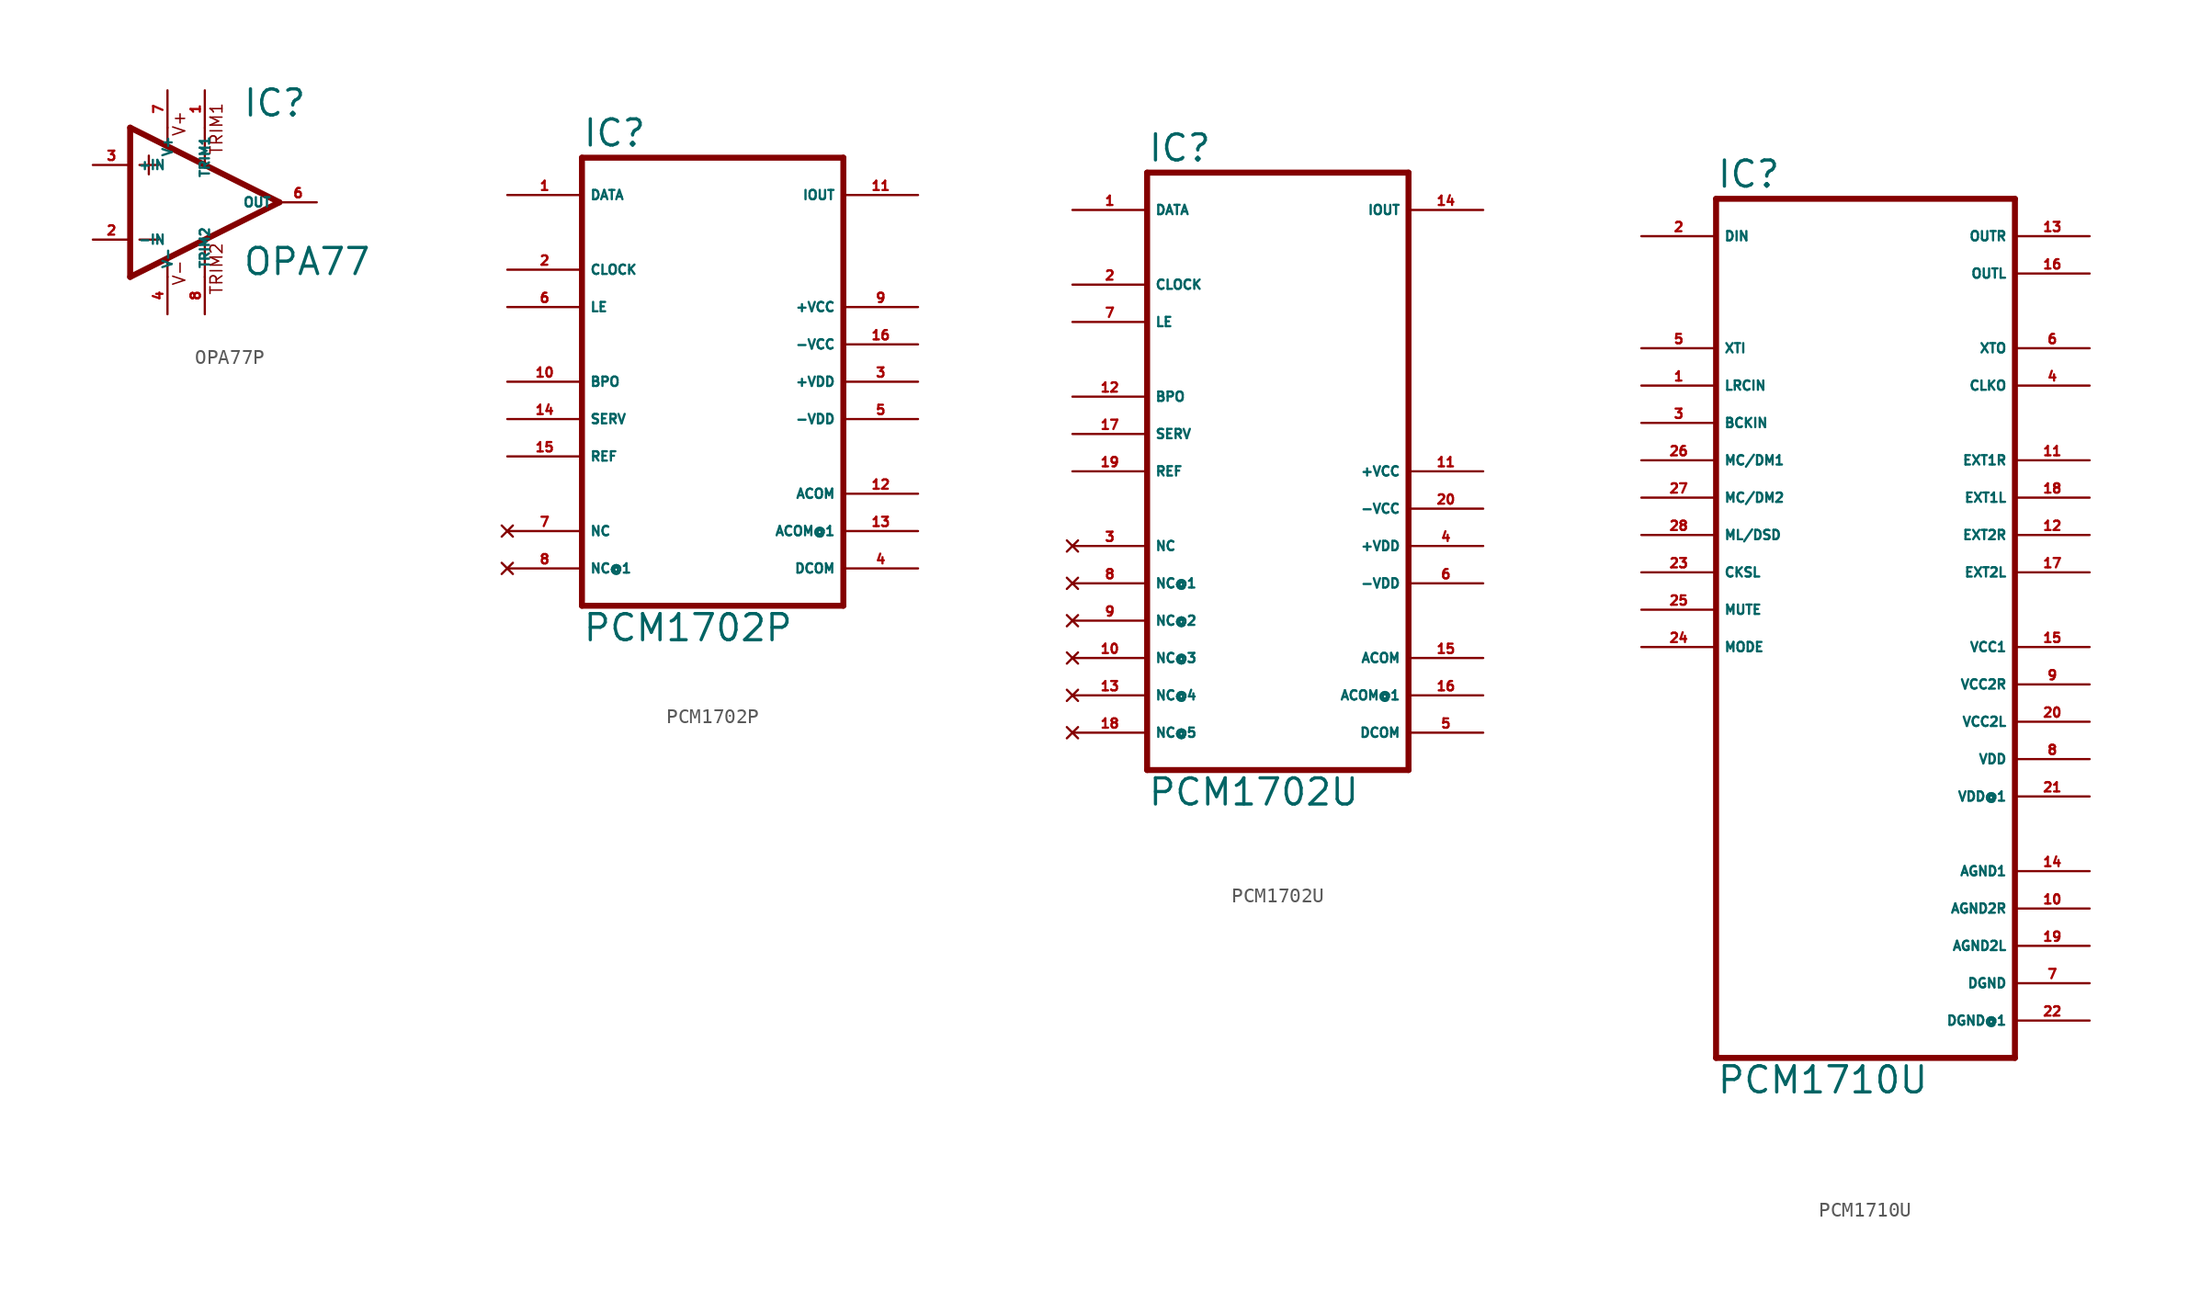
<source format=kicad_sym>
(kicad_symbol_lib
  (version 20220914)
  (generator Eagle2Kicad)
  (symbol "OPA77P"
    (property "Reference" "IC"
      (at 2.54 5.715 0)
      (effects (font (size 1.778 1.778) (thickness 0.22)) (justify left bottom)))
    (property "Value" "OPA77"
      (at 2.54 -5.08 0)
      (effects (font (size 1.778 1.778) (thickness 0.22)) (justify left bottom)))
    (polyline
      (pts (xy -3.81 3.175) (xy -3.81 1.905))
      (stroke (width 0.152) (type default))
      (fill (type none)))
    (polyline
      (pts (xy -4.445 2.54) (xy -3.175 2.54))
      (stroke (width 0.152) (type default))
      (fill (type none)))
    (polyline
      (pts (xy -4.445 -2.54) (xy -3.175 -2.54))
      (stroke (width 0.152) (type default))
      (fill (type none)))
    (polyline
      (pts (xy -2.54 5.08) (xy -2.54 3.886))
      (stroke (width 0.152) (type default))
      (fill (type none)))
    (polyline
      (pts (xy 0 5.055) (xy 0 2.616))
      (stroke (width 0.152) (type default))
      (fill (type none)))
    (polyline
      (pts (xy 0 -2.616) (xy 0 -5.08))
      (stroke (width 0.152) (type default))
      (fill (type none)))
    (polyline
      (pts (xy -2.54 -3.912) (xy -2.54 -5.08))
      (stroke (width 0.152) (type default))
      (fill (type none)))
    (polyline
      (pts (xy 5.08 0) (xy -5.08 5.08))
      (stroke (width 0.406) (type default))
      (fill (type none)))
    (polyline
      (pts (xy -5.08 5.08) (xy -5.08 -5.08))
      (stroke (width 0.406) (type default))
      (fill (type none)))
    (polyline
      (pts (xy -5.08 -5.08) (xy 5.08 0))
      (stroke (width 0.406) (type default))
      (fill (type none)))
    (text "V+"
      (at -1.27 4.445 900)
      (effects (font (size 0.813 0.813) (thickness 0.10)) (justify left bottom)))
    (text "V-"
      (at -1.27 -5.715 900)
      (effects (font (size 0.813 0.813) (thickness 0.10)) (justify left bottom)))
    (text "TRIM1"
      (at 1.27 3.175 900)
      (effects (font (size 0.813 0.813) (thickness 0.10)) (justify left bottom)))
    (text "TRIM2"
      (at 1.27 -6.35 900)
      (effects (font (size 0.813 0.813) (thickness 0.10)) (justify left bottom)))
    (pin passive line
      (at 0 7.62 270)
      (length 2.54)
      (name "TRIM1" (effects (font (size 0.635 0.635) (thickness 0.08)) (justify left bottom)))
      (number "1" (effects (font (size 0.635 0.635) (thickness 0.08)) (justify left bottom))))
    (pin input line
      (at -7.62 -2.54 0)
      (length 2.54)
      (name "-IN" (effects (font (size 0.635 0.635) (thickness 0.08)) (justify left bottom)))
      (number "2" (effects (font (size 0.635 0.635) (thickness 0.08)) (justify left bottom))))
    (pin input line
      (at -7.62 2.54 0)
      (length 2.54)
      (name "+IN" (effects (font (size 0.635 0.635) (thickness 0.08)) (justify left bottom)))
      (number "3" (effects (font (size 0.635 0.635) (thickness 0.08)) (justify left bottom))))
    (pin output line
      (at 7.62 0 180)
      (length 2.54)
      (name "OUT" (effects (font (size 0.635 0.635) (thickness 0.08)) (justify left bottom)))
      (number "6" (effects (font (size 0.635 0.635) (thickness 0.08)) (justify left bottom))))
    (pin passive line
      (at 0 -7.62 90)
      (length 2.54)
      (name "TRIM2" (effects (font (size 0.635 0.635) (thickness 0.08)) (justify left bottom)))
      (number "8" (effects (font (size 0.635 0.635) (thickness 0.08)) (justify left bottom))))
    (pin unspecified line
      (at -2.54 7.62 270)
      (length 2.54)
      (name "V+" (effects (font (size 0.635 0.635) (thickness 0.08)) (justify left bottom)))
      (number "7" (effects (font (size 0.635 0.635) (thickness 0.08)) (justify left bottom))))
    (pin unspecified line
      (at -2.54 -7.62 90)
      (length 2.54)
      (name "V-" (effects (font (size 0.635 0.635) (thickness 0.08)) (justify left bottom)))
      (number "4" (effects (font (size 0.635 0.635) (thickness 0.08)) (justify left bottom)))))
  (symbol "PCM1702P"
    (property "Reference" "IC"
      (at -7.62 15.875 0)
      (effects (font (size 1.778 1.778) (thickness 0.22)) (justify left bottom)))
    (property "Value" "PCM1702P"
      (at -7.62 -17.78 0)
      (effects (font (size 1.778 1.778) (thickness 0.22)) (justify left bottom)))
    (polyline
      (pts (xy -7.62 -15.24) (xy 10.16 -15.24))
      (stroke (width 0.406) (type default))
      (fill (type none)))
    (polyline
      (pts (xy 10.16 -15.24) (xy 10.16 15.24))
      (stroke (width 0.406) (type default))
      (fill (type none)))
    (polyline
      (pts (xy 10.16 15.24) (xy -7.62 15.24))
      (stroke (width 0.406) (type default))
      (fill (type none)))
    (polyline
      (pts (xy -7.62 15.24) (xy -7.62 -15.24))
      (stroke (width 0.406) (type default))
      (fill (type none)))
    (pin input line
      (at -12.7 12.7 0)
      (length 5.08)
      (name "DATA" (effects (font (size 0.635 0.635) (thickness 0.08)) (justify left bottom)))
      (number "1" (effects (font (size 0.635 0.635) (thickness 0.08)) (justify left bottom))))
    (pin input line
      (at -12.7 7.62 0)
      (length 5.08)
      (name "CLOCK" (effects (font (size 0.635 0.635) (thickness 0.08)) (justify left bottom)))
      (number "2" (effects (font (size 0.635 0.635) (thickness 0.08)) (justify left bottom))))
    (pin input line
      (at -12.7 5.08 0)
      (length 5.08)
      (name "LE" (effects (font (size 0.635 0.635) (thickness 0.08)) (justify left bottom)))
      (number "6" (effects (font (size 0.635 0.635) (thickness 0.08)) (justify left bottom))))
    (pin no_connect line
      (at -12.7 -10.16 0)
      (length 5.08)
      (name "NC" (effects (font (size 0.635 0.635) (thickness 0.08)) (justify left bottom) hide))
      (number "7" (effects (font (size 0.635 0.635) (thickness 0.08)) (justify left bottom) hide)))
    (pin no_connect line
      (at -12.7 -12.7 0)
      (length 5.08)
      (name "NC@1" (effects (font (size 0.635 0.635) (thickness 0.08)) (justify left bottom) hide))
      (number "8" (effects (font (size 0.635 0.635) (thickness 0.08)) (justify left bottom) hide)))
    (pin output line
      (at 15.24 12.7 180)
      (length 5.08)
      (name "IOUT" (effects (font (size 0.635 0.635) (thickness 0.08)) (justify left bottom)))
      (number "11" (effects (font (size 0.635 0.635) (thickness 0.08)) (justify left bottom))))
    (pin unspecified line
      (at 15.24 5.08 180)
      (length 5.08)
      (name "+VCC" (effects (font (size 0.635 0.635) (thickness 0.08)) (justify left bottom)))
      (number "9" (effects (font (size 0.635 0.635) (thickness 0.08)) (justify left bottom))))
    (pin unspecified line
      (at 15.24 2.54 180)
      (length 5.08)
      (name "-VCC" (effects (font (size 0.635 0.635) (thickness 0.08)) (justify left bottom)))
      (number "16" (effects (font (size 0.635 0.635) (thickness 0.08)) (justify left bottom))))
    (pin unspecified line
      (at 15.24 0 180)
      (length 5.08)
      (name "+VDD" (effects (font (size 0.635 0.635) (thickness 0.08)) (justify left bottom)))
      (number "3" (effects (font (size 0.635 0.635) (thickness 0.08)) (justify left bottom))))
    (pin unspecified line
      (at 15.24 -2.54 180)
      (length 5.08)
      (name "-VDD" (effects (font (size 0.635 0.635) (thickness 0.08)) (justify left bottom)))
      (number "5" (effects (font (size 0.635 0.635) (thickness 0.08)) (justify left bottom))))
    (pin unspecified line
      (at 15.24 -7.62 180)
      (length 5.08)
      (name "ACOM" (effects (font (size 0.635 0.635) (thickness 0.08)) (justify left bottom)))
      (number "12" (effects (font (size 0.635 0.635) (thickness 0.08)) (justify left bottom))))
    (pin unspecified line
      (at 15.24 -10.16 180)
      (length 5.08)
      (name "ACOM@1" (effects (font (size 0.635 0.635) (thickness 0.08)) (justify left bottom)))
      (number "13" (effects (font (size 0.635 0.635) (thickness 0.08)) (justify left bottom))))
    (pin unspecified line
      (at 15.24 -12.7 180)
      (length 5.08)
      (name "DCOM" (effects (font (size 0.635 0.635) (thickness 0.08)) (justify left bottom)))
      (number "4" (effects (font (size 0.635 0.635) (thickness 0.08)) (justify left bottom))))
    (pin passive line
      (at -12.7 0 0)
      (length 5.08)
      (name "BPO" (effects (font (size 0.635 0.635) (thickness 0.08)) (justify left bottom)))
      (number "10" (effects (font (size 0.635 0.635) (thickness 0.08)) (justify left bottom))))
    (pin passive line
      (at -12.7 -2.54 0)
      (length 5.08)
      (name "SERV" (effects (font (size 0.635 0.635) (thickness 0.08)) (justify left bottom)))
      (number "14" (effects (font (size 0.635 0.635) (thickness 0.08)) (justify left bottom))))
    (pin passive line
      (at -12.7 -5.08 0)
      (length 5.08)
      (name "REF" (effects (font (size 0.635 0.635) (thickness 0.08)) (justify left bottom)))
      (number "15" (effects (font (size 0.635 0.635) (thickness 0.08)) (justify left bottom)))))
  (symbol "PCM1702U"
    (property "Reference" "IC"
      (at -7.62 20.955 0)
      (effects (font (size 1.778 1.778) (thickness 0.22)) (justify left bottom)))
    (property "Value" "PCM1702U"
      (at -7.62 -22.86 0)
      (effects (font (size 1.778 1.778) (thickness 0.22)) (justify left bottom)))
    (polyline
      (pts (xy -7.62 -20.32) (xy 10.16 -20.32))
      (stroke (width 0.406) (type default))
      (fill (type none)))
    (polyline
      (pts (xy 10.16 -20.32) (xy 10.16 20.32))
      (stroke (width 0.406) (type default))
      (fill (type none)))
    (polyline
      (pts (xy 10.16 20.32) (xy -7.62 20.32))
      (stroke (width 0.406) (type default))
      (fill (type none)))
    (polyline
      (pts (xy -7.62 20.32) (xy -7.62 -20.32))
      (stroke (width 0.406) (type default))
      (fill (type none)))
    (pin input line
      (at -12.7 17.78 0)
      (length 5.08)
      (name "DATA" (effects (font (size 0.635 0.635) (thickness 0.08)) (justify left bottom)))
      (number "1" (effects (font (size 0.635 0.635) (thickness 0.08)) (justify left bottom))))
    (pin input line
      (at -12.7 12.7 0)
      (length 5.08)
      (name "CLOCK" (effects (font (size 0.635 0.635) (thickness 0.08)) (justify left bottom)))
      (number "2" (effects (font (size 0.635 0.635) (thickness 0.08)) (justify left bottom))))
    (pin input line
      (at -12.7 10.16 0)
      (length 5.08)
      (name "LE" (effects (font (size 0.635 0.635) (thickness 0.08)) (justify left bottom)))
      (number "7" (effects (font (size 0.635 0.635) (thickness 0.08)) (justify left bottom))))
    (pin no_connect line
      (at -12.7 -5.08 0)
      (length 5.08)
      (name "NC" (effects (font (size 0.635 0.635) (thickness 0.08)) (justify left bottom) hide))
      (number "3" (effects (font (size 0.635 0.635) (thickness 0.08)) (justify left bottom) hide)))
    (pin no_connect line
      (at -12.7 -7.62 0)
      (length 5.08)
      (name "NC@1" (effects (font (size 0.635 0.635) (thickness 0.08)) (justify left bottom) hide))
      (number "8" (effects (font (size 0.635 0.635) (thickness 0.08)) (justify left bottom) hide)))
    (pin output line
      (at 15.24 17.78 180)
      (length 5.08)
      (name "IOUT" (effects (font (size 0.635 0.635) (thickness 0.08)) (justify left bottom)))
      (number "14" (effects (font (size 0.635 0.635) (thickness 0.08)) (justify left bottom))))
    (pin unspecified line
      (at 15.24 0 180)
      (length 5.08)
      (name "+VCC" (effects (font (size 0.635 0.635) (thickness 0.08)) (justify left bottom)))
      (number "11" (effects (font (size 0.635 0.635) (thickness 0.08)) (justify left bottom))))
    (pin unspecified line
      (at 15.24 -2.54 180)
      (length 5.08)
      (name "-VCC" (effects (font (size 0.635 0.635) (thickness 0.08)) (justify left bottom)))
      (number "20" (effects (font (size 0.635 0.635) (thickness 0.08)) (justify left bottom))))
    (pin unspecified line
      (at 15.24 -5.08 180)
      (length 5.08)
      (name "+VDD" (effects (font (size 0.635 0.635) (thickness 0.08)) (justify left bottom)))
      (number "4" (effects (font (size 0.635 0.635) (thickness 0.08)) (justify left bottom))))
    (pin unspecified line
      (at 15.24 -7.62 180)
      (length 5.08)
      (name "-VDD" (effects (font (size 0.635 0.635) (thickness 0.08)) (justify left bottom)))
      (number "6" (effects (font (size 0.635 0.635) (thickness 0.08)) (justify left bottom))))
    (pin unspecified line
      (at 15.24 -12.7 180)
      (length 5.08)
      (name "ACOM" (effects (font (size 0.635 0.635) (thickness 0.08)) (justify left bottom)))
      (number "15" (effects (font (size 0.635 0.635) (thickness 0.08)) (justify left bottom))))
    (pin unspecified line
      (at 15.24 -15.24 180)
      (length 5.08)
      (name "ACOM@1" (effects (font (size 0.635 0.635) (thickness 0.08)) (justify left bottom)))
      (number "16" (effects (font (size 0.635 0.635) (thickness 0.08)) (justify left bottom))))
    (pin unspecified line
      (at 15.24 -17.78 180)
      (length 5.08)
      (name "DCOM" (effects (font (size 0.635 0.635) (thickness 0.08)) (justify left bottom)))
      (number "5" (effects (font (size 0.635 0.635) (thickness 0.08)) (justify left bottom))))
    (pin passive line
      (at -12.7 5.08 0)
      (length 5.08)
      (name "BPO" (effects (font (size 0.635 0.635) (thickness 0.08)) (justify left bottom)))
      (number "12" (effects (font (size 0.635 0.635) (thickness 0.08)) (justify left bottom))))
    (pin passive line
      (at -12.7 2.54 0)
      (length 5.08)
      (name "SERV" (effects (font (size 0.635 0.635) (thickness 0.08)) (justify left bottom)))
      (number "17" (effects (font (size 0.635 0.635) (thickness 0.08)) (justify left bottom))))
    (pin passive line
      (at -12.7 0 0)
      (length 5.08)
      (name "REF" (effects (font (size 0.635 0.635) (thickness 0.08)) (justify left bottom)))
      (number "19" (effects (font (size 0.635 0.635) (thickness 0.08)) (justify left bottom))))
    (pin no_connect line
      (at -12.7 -10.16 0)
      (length 5.08)
      (name "NC@2" (effects (font (size 0.635 0.635) (thickness 0.08)) (justify left bottom) hide))
      (number "9" (effects (font (size 0.635 0.635) (thickness 0.08)) (justify left bottom) hide)))
    (pin no_connect line
      (at -12.7 -12.7 0)
      (length 5.08)
      (name "NC@3" (effects (font (size 0.635 0.635) (thickness 0.08)) (justify left bottom) hide))
      (number "10" (effects (font (size 0.635 0.635) (thickness 0.08)) (justify left bottom) hide)))
    (pin no_connect line
      (at -12.7 -15.24 0)
      (length 5.08)
      (name "NC@4" (effects (font (size 0.635 0.635) (thickness 0.08)) (justify left bottom) hide))
      (number "13" (effects (font (size 0.635 0.635) (thickness 0.08)) (justify left bottom) hide)))
    (pin no_connect line
      (at -12.7 -17.78 0)
      (length 5.08)
      (name "NC@5" (effects (font (size 0.635 0.635) (thickness 0.08)) (justify left bottom) hide))
      (number "18" (effects (font (size 0.635 0.635) (thickness 0.08)) (justify left bottom) hide))))
  (symbol "PCM1710U"
    (property "Reference" "IC"
      (at -10.16 28.575 0)
      (effects (font (size 1.778 1.778) (thickness 0.22)) (justify left bottom)))
    (property "Value" "PCM1710U"
      (at -10.16 -33.02 0)
      (effects (font (size 1.778 1.778) (thickness 0.22)) (justify left bottom)))
    (polyline
      (pts (xy 10.16 -30.48) (xy -10.16 -30.48))
      (stroke (width 0.406) (type default))
      (fill (type none)))
    (polyline
      (pts (xy -10.16 -30.48) (xy -10.16 27.94))
      (stroke (width 0.406) (type default))
      (fill (type none)))
    (polyline
      (pts (xy -10.16 27.94) (xy 10.16 27.94))
      (stroke (width 0.406) (type default))
      (fill (type none)))
    (polyline
      (pts (xy 10.16 27.94) (xy 10.16 -30.48))
      (stroke (width 0.406) (type default))
      (fill (type none)))
    (pin input line
      (at -15.24 25.4 0)
      (length 5.08)
      (name "DIN" (effects (font (size 0.635 0.635) (thickness 0.08)) (justify left bottom)))
      (number "2" (effects (font (size 0.635 0.635) (thickness 0.08)) (justify left bottom))))
    (pin input line
      (at -15.24 17.78 0)
      (length 5.08)
      (name "XTI" (effects (font (size 0.635 0.635) (thickness 0.08)) (justify left bottom)))
      (number "5" (effects (font (size 0.635 0.635) (thickness 0.08)) (justify left bottom))))
    (pin input line
      (at -15.24 15.24 0)
      (length 5.08)
      (name "LRCIN" (effects (font (size 0.635 0.635) (thickness 0.08)) (justify left bottom)))
      (number "1" (effects (font (size 0.635 0.635) (thickness 0.08)) (justify left bottom))))
    (pin input line
      (at -15.24 12.7 0)
      (length 5.08)
      (name "BCKIN" (effects (font (size 0.635 0.635) (thickness 0.08)) (justify left bottom)))
      (number "3" (effects (font (size 0.635 0.635) (thickness 0.08)) (justify left bottom))))
    (pin input line
      (at -15.24 10.16 0)
      (length 5.08)
      (name "MC/DM1" (effects (font (size 0.635 0.635) (thickness 0.08)) (justify left bottom)))
      (number "26" (effects (font (size 0.635 0.635) (thickness 0.08)) (justify left bottom))))
    (pin input line
      (at -15.24 7.62 0)
      (length 5.08)
      (name "MC/DM2" (effects (font (size 0.635 0.635) (thickness 0.08)) (justify left bottom)))
      (number "27" (effects (font (size 0.635 0.635) (thickness 0.08)) (justify left bottom))))
    (pin input line
      (at -15.24 5.08 0)
      (length 5.08)
      (name "ML/DSD" (effects (font (size 0.635 0.635) (thickness 0.08)) (justify left bottom)))
      (number "28" (effects (font (size 0.635 0.635) (thickness 0.08)) (justify left bottom))))
    (pin input line
      (at -15.24 -2.54 0)
      (length 5.08)
      (name "MODE" (effects (font (size 0.635 0.635) (thickness 0.08)) (justify left bottom)))
      (number "24" (effects (font (size 0.635 0.635) (thickness 0.08)) (justify left bottom))))
    (pin output line
      (at 15.24 5.08 180)
      (length 5.08)
      (name "EXT2R" (effects (font (size 0.635 0.635) (thickness 0.08)) (justify left bottom)))
      (number "12" (effects (font (size 0.635 0.635) (thickness 0.08)) (justify left bottom))))
    (pin output line
      (at 15.24 2.54 180)
      (length 5.08)
      (name "EXT2L" (effects (font (size 0.635 0.635) (thickness 0.08)) (justify left bottom)))
      (number "17" (effects (font (size 0.635 0.635) (thickness 0.08)) (justify left bottom))))
    (pin output line
      (at 15.24 10.16 180)
      (length 5.08)
      (name "EXT1R" (effects (font (size 0.635 0.635) (thickness 0.08)) (justify left bottom)))
      (number "11" (effects (font (size 0.635 0.635) (thickness 0.08)) (justify left bottom))))
    (pin output line
      (at 15.24 7.62 180)
      (length 5.08)
      (name "EXT1L" (effects (font (size 0.635 0.635) (thickness 0.08)) (justify left bottom)))
      (number "18" (effects (font (size 0.635 0.635) (thickness 0.08)) (justify left bottom))))
    (pin output line
      (at 15.24 17.78 180)
      (length 5.08)
      (name "XTO" (effects (font (size 0.635 0.635) (thickness 0.08)) (justify left bottom)))
      (number "6" (effects (font (size 0.635 0.635) (thickness 0.08)) (justify left bottom))))
    (pin output line
      (at 15.24 15.24 180)
      (length 5.08)
      (name "CLKO" (effects (font (size 0.635 0.635) (thickness 0.08)) (justify left bottom)))
      (number "4" (effects (font (size 0.635 0.635) (thickness 0.08)) (justify left bottom))))
    (pin output line
      (at 15.24 22.86 180)
      (length 5.08)
      (name "OUTL" (effects (font (size 0.635 0.635) (thickness 0.08)) (justify left bottom)))
      (number "16" (effects (font (size 0.635 0.635) (thickness 0.08)) (justify left bottom))))
    (pin output line
      (at 15.24 25.4 180)
      (length 5.08)
      (name "OUTR" (effects (font (size 0.635 0.635) (thickness 0.08)) (justify left bottom)))
      (number "13" (effects (font (size 0.635 0.635) (thickness 0.08)) (justify left bottom))))
    (pin input line
      (at -15.24 2.54 0)
      (length 5.08)
      (name "CKSL" (effects (font (size 0.635 0.635) (thickness 0.08)) (justify left bottom)))
      (number "23" (effects (font (size 0.635 0.635) (thickness 0.08)) (justify left bottom))))
    (pin unspecified line
      (at 15.24 -2.54 180)
      (length 5.08)
      (name "VCC1" (effects (font (size 0.635 0.635) (thickness 0.08)) (justify left bottom)))
      (number "15" (effects (font (size 0.635 0.635) (thickness 0.08)) (justify left bottom))))
    (pin unspecified line
      (at 15.24 -5.08 180)
      (length 5.08)
      (name "VCC2R" (effects (font (size 0.635 0.635) (thickness 0.08)) (justify left bottom)))
      (number "9" (effects (font (size 0.635 0.635) (thickness 0.08)) (justify left bottom))))
    (pin unspecified line
      (at 15.24 -7.62 180)
      (length 5.08)
      (name "VCC2L" (effects (font (size 0.635 0.635) (thickness 0.08)) (justify left bottom)))
      (number "20" (effects (font (size 0.635 0.635) (thickness 0.08)) (justify left bottom))))
    (pin unspecified line
      (at 15.24 -10.16 180)
      (length 5.08)
      (name "VDD" (effects (font (size 0.635 0.635) (thickness 0.08)) (justify left bottom)))
      (number "8" (effects (font (size 0.635 0.635) (thickness 0.08)) (justify left bottom))))
    (pin unspecified line
      (at 15.24 -17.78 180)
      (length 5.08)
      (name "AGND1" (effects (font (size 0.635 0.635) (thickness 0.08)) (justify left bottom)))
      (number "14" (effects (font (size 0.635 0.635) (thickness 0.08)) (justify left bottom))))
    (pin unspecified line
      (at 15.24 -20.32 180)
      (length 5.08)
      (name "AGND2R" (effects (font (size 0.635 0.635) (thickness 0.08)) (justify left bottom)))
      (number "10" (effects (font (size 0.635 0.635) (thickness 0.08)) (justify left bottom))))
    (pin unspecified line
      (at 15.24 -22.86 180)
      (length 5.08)
      (name "AGND2L" (effects (font (size 0.635 0.635) (thickness 0.08)) (justify left bottom)))
      (number "19" (effects (font (size 0.635 0.635) (thickness 0.08)) (justify left bottom))))
    (pin unspecified line
      (at 15.24 -25.4 180)
      (length 5.08)
      (name "DGND" (effects (font (size 0.635 0.635) (thickness 0.08)) (justify left bottom)))
      (number "7" (effects (font (size 0.635 0.635) (thickness 0.08)) (justify left bottom))))
    (pin unspecified line
      (at 15.24 -27.94 180)
      (length 5.08)
      (name "DGND@1" (effects (font (size 0.635 0.635) (thickness 0.08)) (justify left bottom)))
      (number "22" (effects (font (size 0.635 0.635) (thickness 0.08)) (justify left bottom))))
    (pin input line
      (at -15.24 0 0)
      (length 5.08)
      (name "MUTE" (effects (font (size 0.635 0.635) (thickness 0.08)) (justify left bottom)))
      (number "25" (effects (font (size 0.635 0.635) (thickness 0.08)) (justify left bottom))))
    (pin unspecified line
      (at 15.24 -12.7 180)
      (length 5.08)
      (name "VDD@1" (effects (font (size 0.635 0.635) (thickness 0.08)) (justify left bottom)))
      (number "21" (effects (font (size 0.635 0.635) (thickness 0.08)) (justify left bottom))))))
</source>
